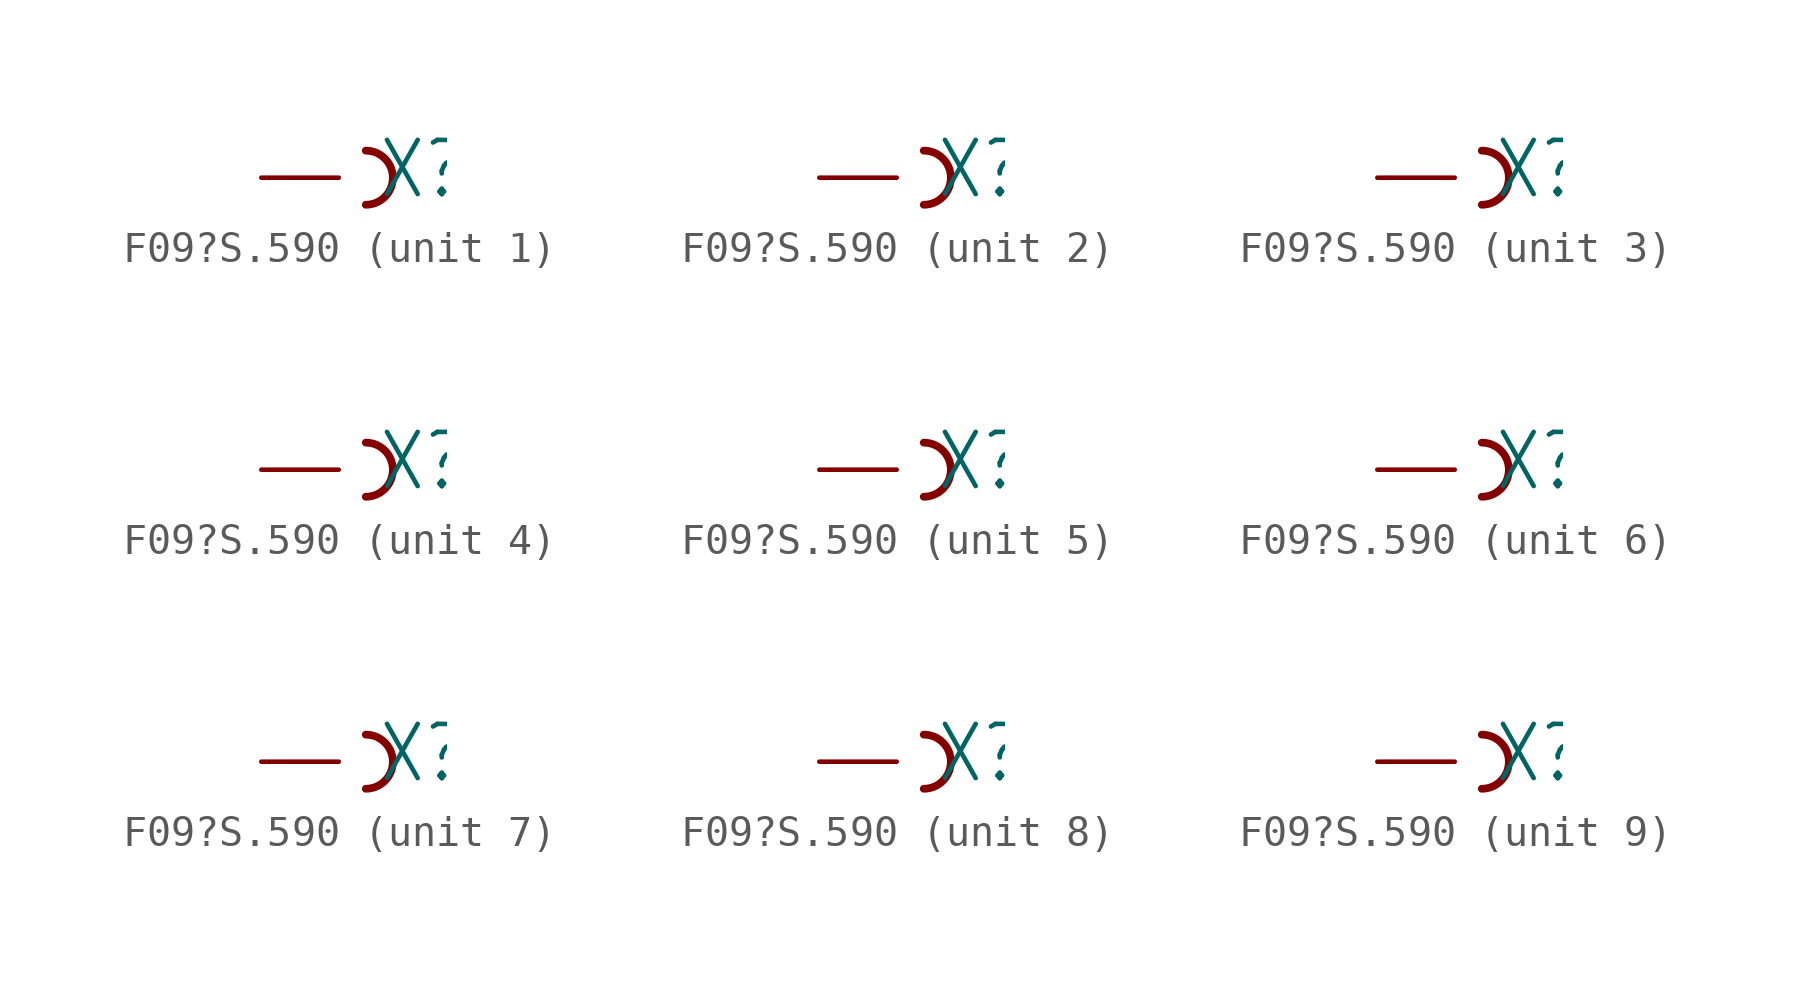
<source format=kicad_sym>
(kicad_symbol_lib
  (version 20211014)
  (generator kicad_symbol_editor)
  (symbol "F09?S.590"
    (property "Reference" "X"
      (at 1.27 -0.762 0)
      (effects (font (size 1.778 1.511)) (justify left bottom)))
    (property "ki_locked" ""
      (at 0 0 0)
      (effects (font (size 1.27 1.27))))
    (symbol "F09?S.590_1_0"
      (arc (start 0.889 -0.889) (mid 1.778 0) (end 0.889 0.889) (stroke (width 0.254) (type default) (color 0 0 0 0)) (fill (type none)))
      (pin passive line (at -2.54 0 0) (length 2.54) (name "F" (effects (font (size 0 0)))) (number "1" (effects (font (size 0 0))))))
    (symbol "F09?S.590_2_0"
      (arc (start 0.889 -0.889) (mid 1.778 0) (end 0.889 0.889) (stroke (width 0.254) (type default) (color 0 0 0 0)) (fill (type none)))
      (pin passive line (at -2.54 0 0) (length 2.54) (name "F" (effects (font (size 0 0)))) (number "2" (effects (font (size 0 0))))))
    (symbol "F09?S.590_3_0"
      (arc (start 0.889 -0.889) (mid 1.778 0) (end 0.889 0.889) (stroke (width 0.254) (type default) (color 0 0 0 0)) (fill (type none)))
      (pin passive line (at -2.54 0 0) (length 2.54) (name "F" (effects (font (size 0 0)))) (number "3" (effects (font (size 0 0))))))
    (symbol "F09?S.590_4_0"
      (arc (start 0.889 -0.889) (mid 1.778 0) (end 0.889 0.889) (stroke (width 0.254) (type default) (color 0 0 0 0)) (fill (type none)))
      (pin passive line (at -2.54 0 0) (length 2.54) (name "F" (effects (font (size 0 0)))) (number "4" (effects (font (size 0 0))))))
    (symbol "F09?S.590_5_0"
      (arc (start 0.889 -0.889) (mid 1.778 0) (end 0.889 0.889) (stroke (width 0.254) (type default) (color 0 0 0 0)) (fill (type none)))
      (pin passive line (at -2.54 0 0) (length 2.54) (name "F" (effects (font (size 0 0)))) (number "5" (effects (font (size 0 0))))))
    (symbol "F09?S.590_6_0"
      (arc (start 0.889 -0.889) (mid 1.778 0) (end 0.889 0.889) (stroke (width 0.254) (type default) (color 0 0 0 0)) (fill (type none)))
      (pin passive line (at -2.54 0 0) (length 2.54) (name "F" (effects (font (size 0 0)))) (number "6" (effects (font (size 0 0))))))
    (symbol "F09?S.590_7_0"
      (arc (start 0.889 -0.889) (mid 1.778 0) (end 0.889 0.889) (stroke (width 0.254) (type default) (color 0 0 0 0)) (fill (type none)))
      (pin passive line (at -2.54 0 0) (length 2.54) (name "F" (effects (font (size 0 0)))) (number "7" (effects (font (size 0 0))))))
    (symbol "F09?S.590_8_0"
      (arc (start 0.889 -0.889) (mid 1.778 0) (end 0.889 0.889) (stroke (width 0.254) (type default) (color 0 0 0 0)) (fill (type none)))
      (pin passive line (at -2.54 0 0) (length 2.54) (name "F" (effects (font (size 0 0)))) (number "8" (effects (font (size 0 0))))))
    (symbol "F09?S.590_9_0"
      (arc (start 0.889 -0.889) (mid 1.778 0) (end 0.889 0.889) (stroke (width 0.254) (type default) (color 0 0 0 0)) (fill (type none)))
      (pin passive line (at -2.54 0 0) (length 2.54) (name "F" (effects (font (size 0 0)))) (number "9" (effects (font (size 0 0))))))))
</source>
